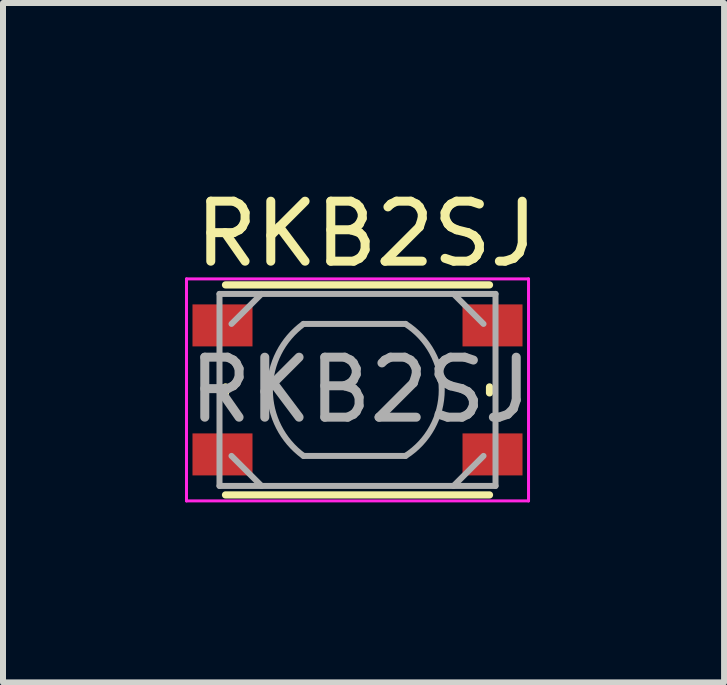
<source format=kicad_pcb>
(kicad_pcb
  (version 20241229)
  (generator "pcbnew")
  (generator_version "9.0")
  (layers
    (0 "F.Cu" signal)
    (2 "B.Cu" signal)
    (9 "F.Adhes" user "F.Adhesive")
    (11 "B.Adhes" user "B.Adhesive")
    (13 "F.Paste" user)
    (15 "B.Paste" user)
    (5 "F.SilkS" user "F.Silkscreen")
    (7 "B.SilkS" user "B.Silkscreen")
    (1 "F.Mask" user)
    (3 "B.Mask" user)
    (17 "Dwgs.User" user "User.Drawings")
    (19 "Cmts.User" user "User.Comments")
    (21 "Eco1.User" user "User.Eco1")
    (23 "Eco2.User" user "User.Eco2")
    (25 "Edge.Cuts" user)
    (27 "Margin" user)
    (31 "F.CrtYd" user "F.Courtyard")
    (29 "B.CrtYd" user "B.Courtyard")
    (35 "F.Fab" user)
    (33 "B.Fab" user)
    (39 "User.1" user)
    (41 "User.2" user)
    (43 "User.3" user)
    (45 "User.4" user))
  (footprint "RKB2SJ"
    (layer "F.Cu")
    (at 2.908 3.448)
    (property "Reference" "RKB2SJ" (at 0.15 -2.6 0) (layer "F.SilkS") (effects (font (size 1 1) (thickness 0.15))))
    (attr smd)
    (fp_line (start -2.2 0.05) (end -2.2 -0.05) (stroke (width 0.12) (type solid)) (layer "F.SilkS"))
    (fp_line (start -2.2 1.75) (end 2.2 1.75) (stroke (width 0.12) (type solid)) (layer "F.SilkS"))
    (fp_line (start 2.2 -1.75) (end -2.2 -1.75) (stroke (width 0.12) (type solid)) (layer "F.SilkS"))
    (fp_line (start 2.2 0.05) (end 2.2 -0.05) (stroke (width 0.12) (type solid)) (layer "F.SilkS"))
    (fp_line (start -2.85 -1.85) (end 2.85 -1.85) (stroke (width 0.05) (type solid)) (layer "F.CrtYd"))
    (fp_line (start -2.85 1.85) (end -2.85 -1.85) (stroke (width 0.05) (type solid)) (layer "F.CrtYd"))
    (fp_line (start 2.85 -1.85) (end 2.85 1.85) (stroke (width 0.05) (type solid)) (layer "F.CrtYd"))
    (fp_line (start 2.85 1.85) (end -2.85 1.85) (stroke (width 0.05) (type solid)) (layer "F.CrtYd"))
    (fp_line (start -2.3 -1.6) (end 2.3 -1.6) (stroke (width 0.1) (type solid)) (layer "F.Fab"))
    (fp_line (start -2.3 1.6) (end -2.3 -1.6) (stroke (width 0.1) (type solid)) (layer "F.Fab"))
    (fp_line (start -2.1 -1.1) (end -1.6 -1.6) (stroke (width 0.1) (type solid)) (layer "F.Fab"))
    (fp_line (start -2.1 1.1) (end -1.6 1.6) (stroke (width 0.1) (type solid)) (layer "F.Fab"))
    (fp_line (start -0.9 -1.1) (end 0.8 -1.1) (stroke (width 0.1) (type solid)) (layer "F.Fab"))
    (fp_line (start 0.8 1.1) (end -0.9 1.1) (stroke (width 0.1) (type solid)) (layer "F.Fab"))
    (fp_line (start 1.6 -1.6) (end 2.1 -1.1) (stroke (width 0.1) (type solid)) (layer "F.Fab"))
    (fp_line (start 1.6 1.6) (end 2.1 1.1) (stroke (width 0.1) (type solid)) (layer "F.Fab"))
    (fp_line (start 2.3 -1.6) (end 2.3 1.6) (stroke (width 0.1) (type solid)) (layer "F.Fab"))
    (fp_line (start 2.3 1.6) (end -2.3 1.6) (stroke (width 0.1) (type solid)) (layer "F.Fab"))
    (fp_arc (start -0.9 1.099999) (mid -1.460147 0) (end -0.9 -1.099999) (stroke (width 0.1) (type solid)) (layer "F.Fab"))
    (fp_arc (start 0.8 -1.099999) (mid 1.40384 0) (end 0.799999 1.099999) (stroke (width 0.1) (type solid)) (layer "F.Fab"))
    (fp_text user "${REFERENCE}" (at 0.05 0 0) (layer "F.Fab") (effects (font (size 1 1) (thickness 0.15))))
    (pad "1" smd rect (at -2.25 -1.075) (size 1 0.7) (layers "F.Cu" "F.Mask" "F.Paste"))
    (pad "1" smd rect (at 2.25 -1.075) (size 1 0.7) (layers "F.Cu" "F.Mask" "F.Paste"))
    (pad "2" smd rect (at -2.25 1.075) (size 1 0.7) (layers "F.Cu" "F.Mask" "F.Paste"))
    (pad "2" smd rect (at 2.25 1.075) (size 1 0.7) (layers "F.Cu" "F.Mask" "F.Paste")))
  (gr_rect
    (start -3 -3)
    (end 9.017 8.323)
    (stroke (width 0.1) (type default))
    (fill no)
    (layer "Edge.Cuts")))
</source>
